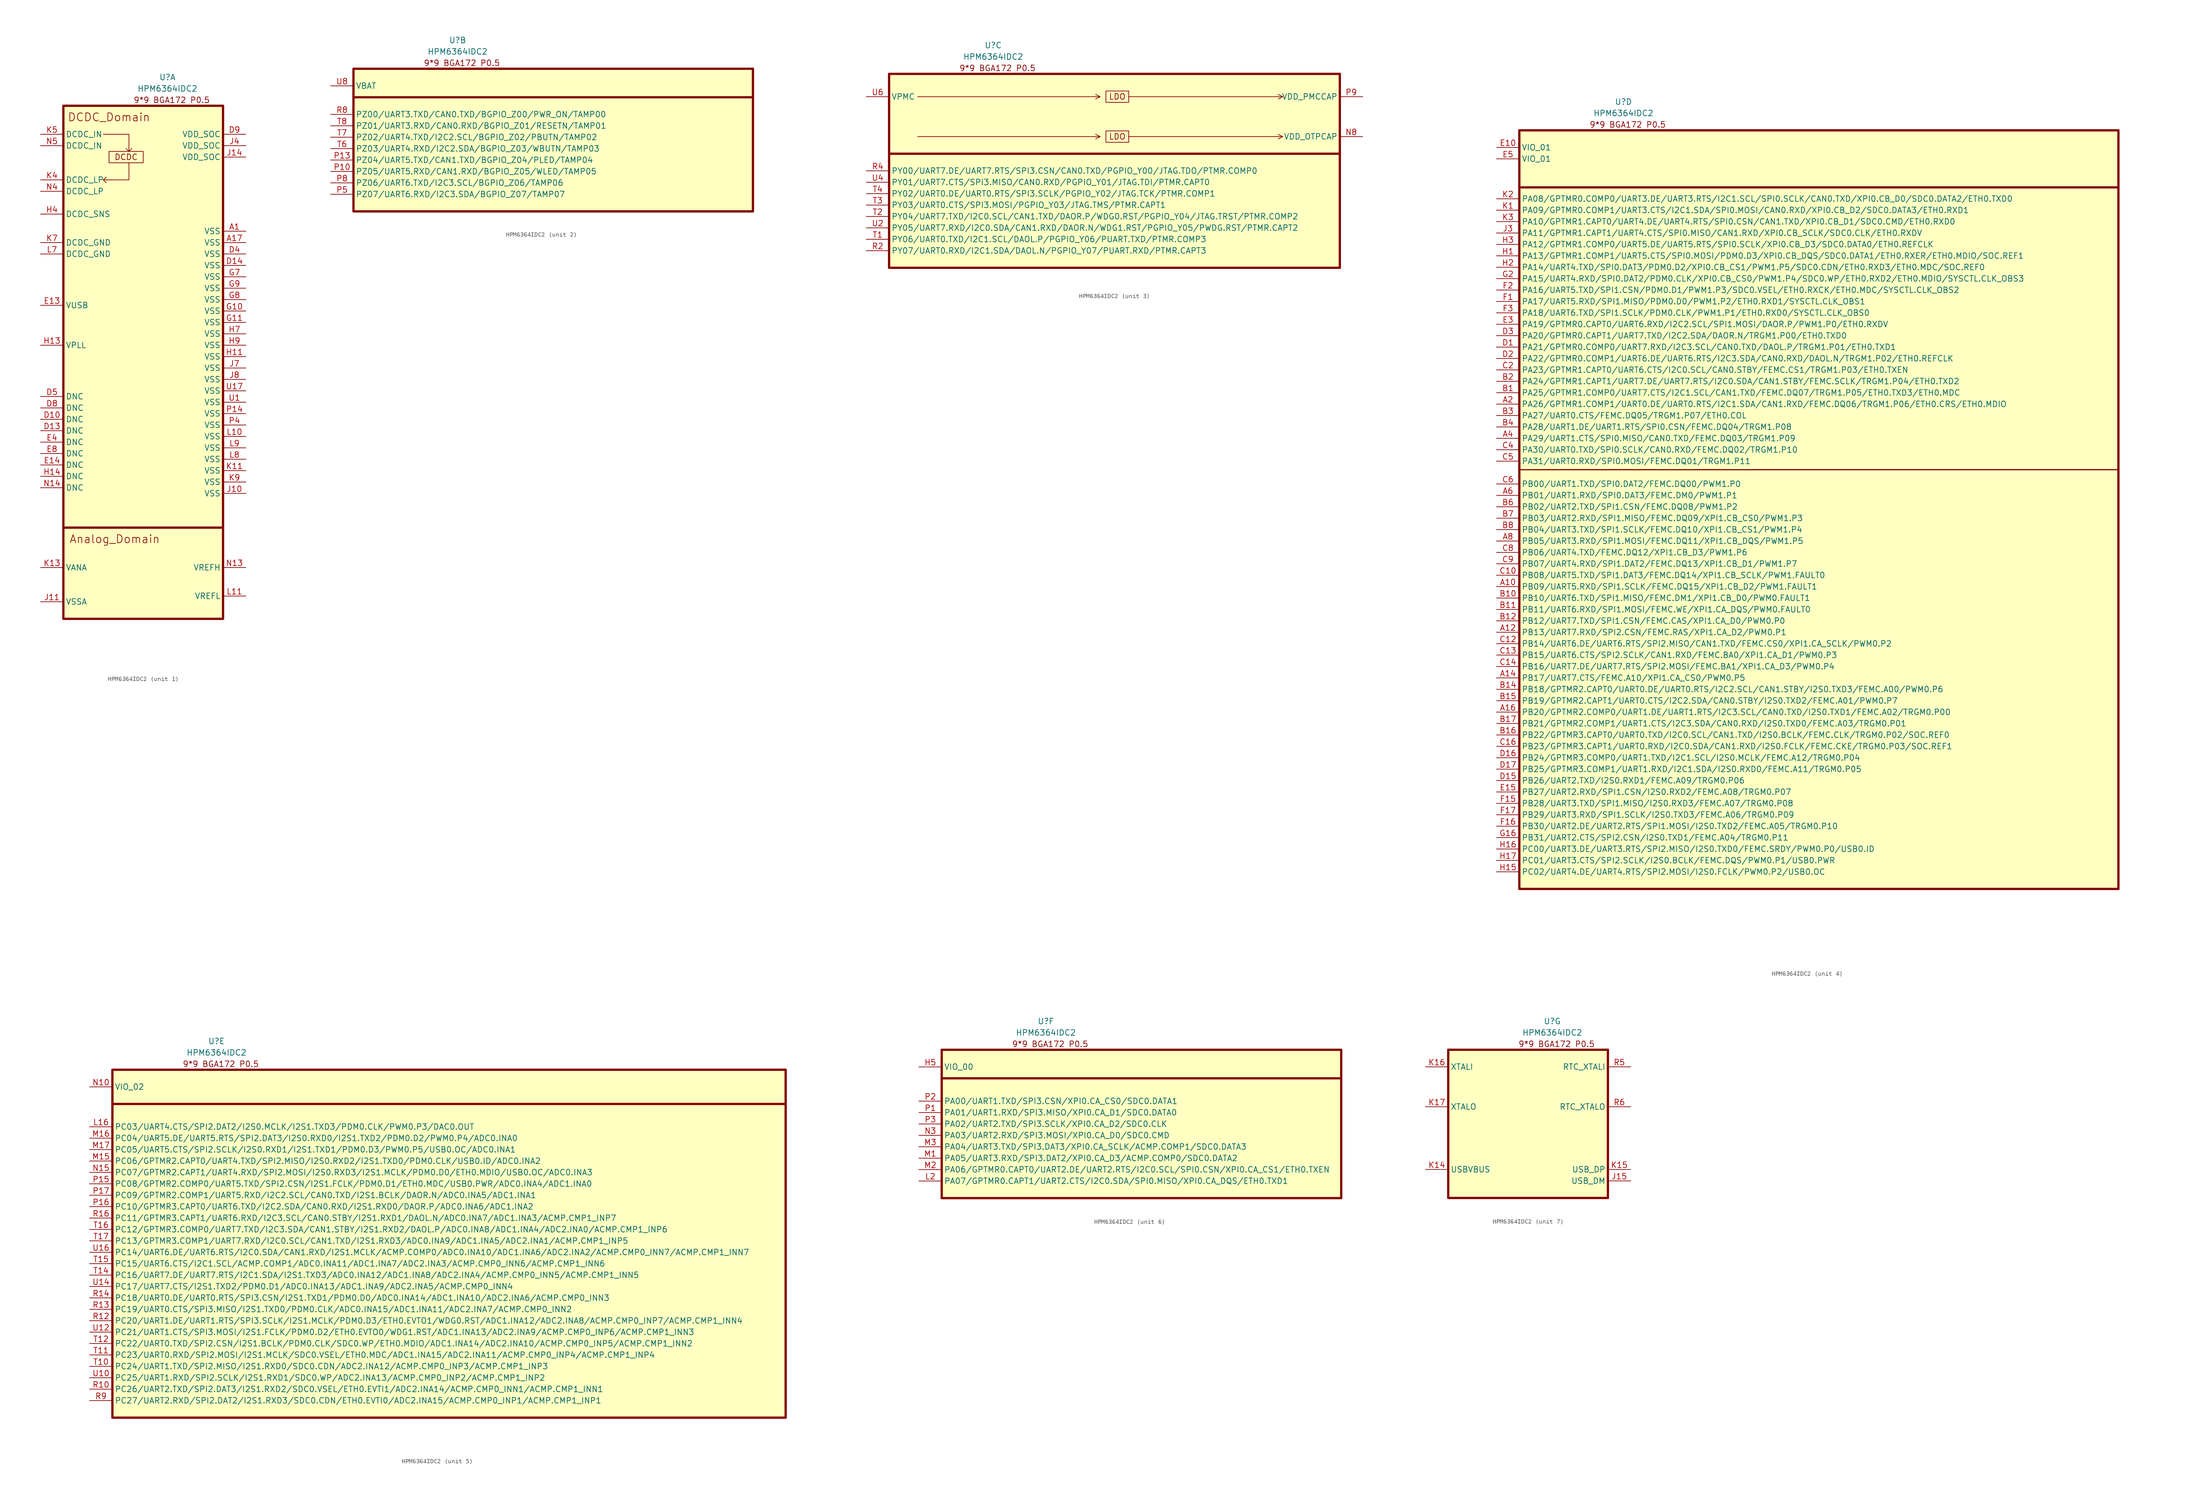
<source format=kicad_sym>
(kicad_symbol_lib
  (version 20220914)
  (generator kicad_symbol_editor)
  (symbol "HPM6364IDC2"
    (property "Reference" "U"
      (at 23.177 6.35 0)
      (effects (font (size 1.27 1.27))))
    (property "Value" "HPM6364IDC2"
      (at 23.177 3.81 0)
      (effects (font (size 1.27 1.27))))
    (property "ki_locked" ""
      (at 0 0 0)
      (effects (font (size 1.27 1.27))))
    (symbol "HPM6364IDC2_0_0"
      (text "9*9 BGA172 P0.5" (at 24.13 1.27 0) (effects (font (size 1.27 1.27)))))
    (symbol "HPM6364IDC2_1_1"
      (polyline (pts (xy 0 -93.98) (xy 35.56 -93.98)) (stroke (width 0.508) (type default)) (fill (type none)))
      (polyline (pts (xy 8.89 -6.35) (xy 14.605 -6.35) (xy 14.605 -10.16) (xy 13.97 -9.525) (xy 14.605 -10.16) (xy 15.24 -9.525)) (stroke (width 0) (type default)) (fill (type none)))
      (polyline (pts (xy 14.605 -12.7) (xy 14.605 -16.51) (xy 8.89 -16.51) (xy 9.525 -15.875) (xy 8.89 -16.51) (xy 9.525 -17.145)) (stroke (width 0) (type default)) (fill (type none)))
      (rectangle (start 0 0) (end 35.56 -114.3) (stroke (width 0.508) (type default)) (fill (type background)))
      (rectangle (start 10.16 -10.16) (end 17.78 -12.7) (stroke (width 0) (type default)) (fill (type none)))
      (text "Analog_Domain" (at 11.43 -96.52 0) (effects (font (size 1.778 1.778))))
      (text "DCDC" (at 13.97 -11.43 0) (effects (font (size 1.27 1.27))))
      (text "DCDC_Domain" (at 10.16 -2.54 0) (effects (font (size 1.778 1.778))))
      (pin power_out line (at 40.64 -27.94 180) (length 5.08) (name "VSS" (effects (font (size 1.27 1.27)))) (number "A1" (effects (font (size 1.27 1.27)))))
      (pin power_out line (at 40.64 -30.48 180) (length 5.08) (name "VSS" (effects (font (size 1.27 1.27)))) (number "A17" (effects (font (size 1.27 1.27)))))
      (pin bidirectional line (at -5.08 -69.85 0) (length 5.08) (name "DNC" (effects (font (size 1.27 1.27)))) (number "D10" (effects (font (size 1.27 1.27)))))
      (pin bidirectional line (at -5.08 -72.39 0) (length 5.08) (name "DNC" (effects (font (size 1.27 1.27)))) (number "D13" (effects (font (size 1.27 1.27)))))
      (pin power_out line (at 40.64 -35.56 180) (length 5.08) (name "VSS" (effects (font (size 1.27 1.27)))) (number "D14" (effects (font (size 1.27 1.27)))))
      (pin power_out line (at 40.64 -33.02 180) (length 5.08) (name "VSS" (effects (font (size 1.27 1.27)))) (number "D4" (effects (font (size 1.27 1.27)))))
      (pin bidirectional line (at -5.08 -64.77 0) (length 5.08) (name "DNC" (effects (font (size 1.27 1.27)))) (number "D5" (effects (font (size 1.27 1.27)))))
      (pin bidirectional line (at -5.08 -67.31 0) (length 5.08) (name "DNC" (effects (font (size 1.27 1.27)))) (number "D8" (effects (font (size 1.27 1.27)))))
      (pin power_in line (at 40.64 -6.35 180) (length 5.08) (name "VDD_SOC" (effects (font (size 1.27 1.27)))) (number "D9" (effects (font (size 1.27 1.27)))))
      (pin power_in line (at -5.08 -44.45 0) (length 5.08) (name "VUSB" (effects (font (size 1.27 1.27)))) (number "E13" (effects (font (size 1.27 1.27)))))
      (pin bidirectional line (at -5.08 -80.01 0) (length 5.08) (name "DNC" (effects (font (size 1.27 1.27)))) (number "E14" (effects (font (size 1.27 1.27)))))
      (pin bidirectional line (at -5.08 -74.93 0) (length 5.08) (name "DNC" (effects (font (size 1.27 1.27)))) (number "E4" (effects (font (size 1.27 1.27)))))
      (pin bidirectional line (at -5.08 -77.47 0) (length 5.08) (name "DNC" (effects (font (size 1.27 1.27)))) (number "E8" (effects (font (size 1.27 1.27)))))
      (pin power_out line (at 40.64 -45.72 180) (length 5.08) (name "VSS" (effects (font (size 1.27 1.27)))) (number "G10" (effects (font (size 1.27 1.27)))))
      (pin power_out line (at 40.64 -48.26 180) (length 5.08) (name "VSS" (effects (font (size 1.27 1.27)))) (number "G11" (effects (font (size 1.27 1.27)))))
      (pin power_out line (at 40.64 -38.1 180) (length 5.08) (name "VSS" (effects (font (size 1.27 1.27)))) (number "G7" (effects (font (size 1.27 1.27)))))
      (pin power_out line (at 40.64 -43.18 180) (length 5.08) (name "VSS" (effects (font (size 1.27 1.27)))) (number "G8" (effects (font (size 1.27 1.27)))))
      (pin power_out line (at 40.64 -40.64 180) (length 5.08) (name "VSS" (effects (font (size 1.27 1.27)))) (number "G9" (effects (font (size 1.27 1.27)))))
      (pin power_out line (at 40.64 -55.88 180) (length 5.08) (name "VSS" (effects (font (size 1.27 1.27)))) (number "H11" (effects (font (size 1.27 1.27)))))
      (pin power_in line (at -5.08 -53.34 0) (length 5.08) (name "VPLL" (effects (font (size 1.27 1.27)))) (number "H13" (effects (font (size 1.27 1.27)))))
      (pin bidirectional line (at -5.08 -82.55 0) (length 5.08) (name "DNC" (effects (font (size 1.27 1.27)))) (number "H14" (effects (font (size 1.27 1.27)))))
      (pin input line (at -5.08 -24.13 0) (length 5.08) (name "DCDC_SNS" (effects (font (size 1.27 1.27)))) (number "H4" (effects (font (size 1.27 1.27)))))
      (pin power_out line (at 40.64 -50.8 180) (length 5.08) (name "VSS" (effects (font (size 1.27 1.27)))) (number "H7" (effects (font (size 1.27 1.27)))))
      (pin power_out line (at 40.64 -53.34 180) (length 5.08) (name "VSS" (effects (font (size 1.27 1.27)))) (number "H9" (effects (font (size 1.27 1.27)))))
      (pin power_out line (at 40.64 -86.36 180) (length 5.08) (name "VSS" (effects (font (size 1.27 1.27)))) (number "J10" (effects (font (size 1.27 1.27)))))
      (pin power_in line (at -5.08 -110.49 0) (length 5.08) (name "VSSA" (effects (font (size 1.27 1.27)))) (number "J11" (effects (font (size 1.27 1.27)))))
      (pin power_in line (at 40.64 -11.43 180) (length 5.08) (name "VDD_SOC" (effects (font (size 1.27 1.27)))) (number "J14" (effects (font (size 1.27 1.27)))))
      (pin power_in line (at 40.64 -8.89 180) (length 5.08) (name "VDD_SOC" (effects (font (size 1.27 1.27)))) (number "J4" (effects (font (size 1.27 1.27)))))
      (pin power_out line (at 40.64 -58.42 180) (length 5.08) (name "VSS" (effects (font (size 1.27 1.27)))) (number "J7" (effects (font (size 1.27 1.27)))))
      (pin power_out line (at 40.64 -60.96 180) (length 5.08) (name "VSS" (effects (font (size 1.27 1.27)))) (number "J8" (effects (font (size 1.27 1.27)))))
      (pin power_out line (at 40.64 -81.28 180) (length 5.08) (name "VSS" (effects (font (size 1.27 1.27)))) (number "K11" (effects (font (size 1.27 1.27)))))
      (pin power_in line (at -5.08 -102.87 0) (length 5.08) (name "VANA" (effects (font (size 1.27 1.27)))) (number "K13" (effects (font (size 1.27 1.27)))))
      (pin power_out line (at -5.08 -16.51 0) (length 5.08) (name "DCDC_LP" (effects (font (size 1.27 1.27)))) (number "K4" (effects (font (size 1.27 1.27)))))
      (pin power_in line (at -5.08 -6.35 0) (length 5.08) (name "DCDC_IN" (effects (font (size 1.27 1.27)))) (number "K5" (effects (font (size 1.27 1.27)))))
      (pin power_out line (at -5.08 -30.48 0) (length 5.08) (name "DCDC_GND" (effects (font (size 1.27 1.27)))) (number "K7" (effects (font (size 1.27 1.27)))))
      (pin power_out line (at 40.64 -83.82 180) (length 5.08) (name "VSS" (effects (font (size 1.27 1.27)))) (number "K9" (effects (font (size 1.27 1.27)))))
      (pin power_out line (at 40.64 -73.66 180) (length 5.08) (name "VSS" (effects (font (size 1.27 1.27)))) (number "L10" (effects (font (size 1.27 1.27)))))
      (pin power_out line (at 40.64 -109.22 180) (length 5.08) (name "VREFL" (effects (font (size 1.27 1.27)))) (number "L11" (effects (font (size 1.27 1.27)))))
      (pin power_out line (at -5.08 -33.02 0) (length 5.08) (name "DCDC_GND" (effects (font (size 1.27 1.27)))) (number "L7" (effects (font (size 1.27 1.27)))))
      (pin power_out line (at 40.64 -78.74 180) (length 5.08) (name "VSS" (effects (font (size 1.27 1.27)))) (number "L8" (effects (font (size 1.27 1.27)))))
      (pin power_out line (at 40.64 -76.2 180) (length 5.08) (name "VSS" (effects (font (size 1.27 1.27)))) (number "L9" (effects (font (size 1.27 1.27)))))
      (pin power_in line (at 40.64 -102.87 180) (length 5.08) (name "VREFH" (effects (font (size 1.27 1.27)))) (number "N13" (effects (font (size 1.27 1.27)))))
      (pin bidirectional line (at -5.08 -85.09 0) (length 5.08) (name "DNC" (effects (font (size 1.27 1.27)))) (number "N14" (effects (font (size 1.27 1.27)))))
      (pin power_out line (at -5.08 -19.05 0) (length 5.08) (name "DCDC_LP" (effects (font (size 1.27 1.27)))) (number "N4" (effects (font (size 1.27 1.27)))))
      (pin power_in line (at -5.08 -8.89 0) (length 5.08) (name "DCDC_IN" (effects (font (size 1.27 1.27)))) (number "N5" (effects (font (size 1.27 1.27)))))
      (pin power_out line (at 40.64 -68.58 180) (length 5.08) (name "VSS" (effects (font (size 1.27 1.27)))) (number "P14" (effects (font (size 1.27 1.27)))))
      (pin power_out line (at 40.64 -71.12 180) (length 5.08) (name "VSS" (effects (font (size 1.27 1.27)))) (number "P4" (effects (font (size 1.27 1.27)))))
      (pin power_out line (at 40.64 -66.04 180) (length 5.08) (name "VSS" (effects (font (size 1.27 1.27)))) (number "U1" (effects (font (size 1.27 1.27)))))
      (pin power_out line (at 40.64 -63.5 180) (length 5.08) (name "VSS" (effects (font (size 1.27 1.27)))) (number "U17" (effects (font (size 1.27 1.27))))))
    (symbol "HPM6364IDC2_2_0"
      (polyline (pts (xy 0 -6.35) (xy 88.9 -6.35)) (stroke (width 0.5) (type default)) (fill (type none))))
    (symbol "HPM6364IDC2_2_1"
      (rectangle (start 0 0) (end 88.9 -31.75) (stroke (width 0.508) (type default)) (fill (type background)))
      (pin bidirectional line (at -5.08 -22.86 0) (length 5.08) (name "PZ05/UART5.RXD/CAN1.RXD/BGPIO_Z05/WLED/TAMP05" (effects (font (size 1.27 1.27)))) (number "P10" (effects (font (size 1.27 1.27)))))
      (pin bidirectional line (at -5.08 -20.32 0) (length 5.08) (name "PZ04/UART5.TXD/CAN1.TXD/BGPIO_Z04/PLED/TAMP04" (effects (font (size 1.27 1.27)))) (number "P13" (effects (font (size 1.27 1.27)))))
      (pin bidirectional line (at -5.08 -27.94 0) (length 5.08) (name "PZ07/UART6.RXD/I2C3.SDA/BGPIO_Z07/TAMP07" (effects (font (size 1.27 1.27)))) (number "P5" (effects (font (size 1.27 1.27)))))
      (pin bidirectional line (at -5.08 -25.4 0) (length 5.08) (name "PZ06/UART6.TXD/I2C3.SCL/BGPIO_Z06/TAMP06" (effects (font (size 1.27 1.27)))) (number "P8" (effects (font (size 1.27 1.27)))))
      (pin bidirectional line (at -5.08 -10.16 0) (length 5.08) (name "PZ00/UART3.TXD/CAN0.TXD/BGPIO_Z00/PWR_ON/TAMP00" (effects (font (size 1.27 1.27)))) (number "R8" (effects (font (size 1.27 1.27)))))
      (pin bidirectional line (at -5.08 -17.78 0) (length 5.08) (name "PZ03/UART4.RXD/I2C2.SDA/BGPIO_Z03/WBUTN/TAMP03" (effects (font (size 1.27 1.27)))) (number "T6" (effects (font (size 1.27 1.27)))))
      (pin bidirectional line (at -5.08 -15.24 0) (length 5.08) (name "PZ02/UART4.TXD/I2C2.SCL/BGPIO_Z02/PBUTN/TAMP02" (effects (font (size 1.27 1.27)))) (number "T7" (effects (font (size 1.27 1.27)))))
      (pin bidirectional line (at -5.08 -12.7 0) (length 5.08) (name "PZ01/UART3.RXD/CAN0.RXD/BGPIO_Z01/RESETN/TAMP01" (effects (font (size 1.27 1.27)))) (number "T8" (effects (font (size 1.27 1.27)))))
      (pin power_in line (at -5.08 -3.81 0) (length 5.08) (name "VBAT" (effects (font (size 1.27 1.27)))) (number "U8" (effects (font (size 1.27 1.27))))))
    (symbol "HPM6364IDC2_3_0"
      (polyline (pts (xy 6.35 -13.97) (xy 46.99 -13.97) (xy 45.974 -13.462) (xy 46.99 -13.97) (xy 45.974 -14.478)) (stroke (width 0) (type default)) (fill (type none)))
      (polyline (pts (xy 6.35 -5.08) (xy 46.99 -5.08) (xy 45.974 -4.572) (xy 46.99 -5.08) (xy 45.974 -5.588)) (stroke (width 0) (type default)) (fill (type none)))
      (polyline (pts (xy 53.34 -13.97) (xy 87.63 -13.97) (xy 86.614 -13.462) (xy 87.63 -13.97) (xy 86.614 -14.478)) (stroke (width 0) (type default)) (fill (type none)))
      (polyline (pts (xy 53.34 -5.08) (xy 87.63 -5.08) (xy 86.614 -4.572) (xy 87.63 -5.08) (xy 86.614 -5.588)) (stroke (width 0) (type default)) (fill (type none))))
    (symbol "HPM6364IDC2_3_1"
      (polyline (pts (xy 0 -17.78) (xy 100.33 -17.78)) (stroke (width 0.508) (type default)) (fill (type none)))
      (rectangle (start 0 0) (end 100.33 -43.18) (stroke (width 0.508) (type default)) (fill (type background)))
      (rectangle (start 48.26 -12.7) (end 53.34 -15.24) (stroke (width 0) (type default)) (fill (type none)))
      (rectangle (start 48.26 -3.81) (end 53.34 -6.35) (stroke (width 0) (type default)) (fill (type none)))
      (text "LDO" (at 50.8 -13.97 0) (effects (font (size 1.27 1.27))))
      (text "LDO" (at 50.8 -5.08 0) (effects (font (size 1.27 1.27))))
      (pin power_out line (at 105.41 -13.97 180) (length 5.08) (name "VDD_OTPCAP" (effects (font (size 1.27 1.27)))) (number "N8" (effects (font (size 1.27 1.27)))))
      (pin power_out line (at 105.41 -5.08 180) (length 5.08) (name "VDD_PMCCAP" (effects (font (size 1.27 1.27)))) (number "P9" (effects (font (size 1.27 1.27)))))
      (pin bidirectional line (at -5.08 -39.37 0) (length 5.08) (name "PY07/UART0.RXD/I2C1.SDA/DAOL.N/PGPIO_Y07/PUART.RXD/PTMR.CAPT3" (effects (font (size 1.27 1.27)))) (number "R2" (effects (font (size 1.27 1.27)))))
      (pin bidirectional line (at -5.08 -21.59 0) (length 5.08) (name "PY00/UART7.DE/UART7.RTS/SPI3.CSN/CAN0.TXD/PGPIO_Y00/JTAG.TDO/PTMR.COMP0" (effects (font (size 1.27 1.27)))) (number "R4" (effects (font (size 1.27 1.27)))))
      (pin bidirectional line (at -5.08 -36.83 0) (length 5.08) (name "PY06/UART0.TXD/I2C1.SCL/DAOL.P/PGPIO_Y06/PUART.TXD/PTMR.COMP3" (effects (font (size 1.27 1.27)))) (number "T1" (effects (font (size 1.27 1.27)))))
      (pin bidirectional line (at -5.08 -31.75 0) (length 5.08) (name "PY04/UART7.TXD/I2C0.SCL/CAN1.TXD/DAOR.P/WDG0.RST/PGPIO_Y04/JTAG.TRST/PTMR.COMP2" (effects (font (size 1.27 1.27)))) (number "T2" (effects (font (size 1.27 1.27)))))
      (pin bidirectional line (at -5.08 -29.21 0) (length 5.08) (name "PY03/UART0.CTS/SPI3.MOSI/PGPIO_Y03/JTAG.TMS/PTMR.CAPT1" (effects (font (size 1.27 1.27)))) (number "T3" (effects (font (size 1.27 1.27)))))
      (pin bidirectional line (at -5.08 -26.67 0) (length 5.08) (name "PY02/UART0.DE/UART0.RTS/SPI3.SCLK/PGPIO_Y02/JTAG.TCK/PTMR.COMP1" (effects (font (size 1.27 1.27)))) (number "T4" (effects (font (size 1.27 1.27)))))
      (pin bidirectional line (at -5.08 -34.29 0) (length 5.08) (name "PY05/UART7.RXD/I2C0.SDA/CAN1.RXD/DAOR.N/WDG1.RST/PGPIO_Y05/PWDG.RST/PTMR.CAPT2" (effects (font (size 1.27 1.27)))) (number "U2" (effects (font (size 1.27 1.27)))))
      (pin bidirectional line (at -5.08 -24.13 0) (length 5.08) (name "PY01/UART7.CTS/SPI3.MISO/CAN0.RXD/PGPIO_Y01/JTAG.TDI/PTMR.CAPT0" (effects (font (size 1.27 1.27)))) (number "U4" (effects (font (size 1.27 1.27)))))
      (pin power_in line (at -5.08 -5.08 0) (length 5.08) (name "VPMC" (effects (font (size 1.27 1.27)))) (number "U6" (effects (font (size 1.27 1.27))))))
    (symbol "HPM6364IDC2_4_0"
      (polyline (pts (xy 0 -12.7) (xy 133.35 -12.7)) (stroke (width 0.5) (type default)) (fill (type none))))
    (symbol "HPM6364IDC2_4_1"
      (polyline (pts (xy 0 -75.565) (xy 133.35 -75.565)) (stroke (width 0.254) (type default)) (fill (type none)))
      (rectangle (start 0 0) (end 133.35 -168.91) (stroke (width 0.508) (type default)) (fill (type background)))
      (pin bidirectional line (at -5.08 -101.6 0) (length 5.08) (name "PB09/UART5.RXD/SPI1.SCLK/FEMC.DQ15/XPI1.CB_D2/PWM1.FAULT1" (effects (font (size 1.27 1.27)))) (number "A10" (effects (font (size 1.27 1.27)))))
      (pin bidirectional line (at -5.08 -111.76 0) (length 5.08) (name "PB13/UART7.RXD/SPI2.CSN/FEMC.RAS/XPI1.CA_D2/PWM0.P1" (effects (font (size 1.27 1.27)))) (number "A12" (effects (font (size 1.27 1.27)))))
      (pin bidirectional line (at -5.08 -121.92 0) (length 5.08) (name "PB17/UART7.CTS/FEMC.A10/XPI1.CA_CS0/PWM0.P5" (effects (font (size 1.27 1.27)))) (number "A14" (effects (font (size 1.27 1.27)))))
      (pin bidirectional line (at -5.08 -129.54 0) (length 5.08) (name "PB20/GPTMR2.COMP0/UART1.DE/UART1.RTS/I2C3.SCL/CAN0.TXD/I2S0.TXD1/FEMC.A02/TRGM0.P00" (effects (font (size 1.27 1.27)))) (number "A16" (effects (font (size 1.27 1.27)))))
      (pin bidirectional line (at -5.08 -60.96 0) (length 5.08) (name "PA26/GPTMR1.COMP1/UART0.DE/UART0.RTS/I2C1.SDA/CAN1.RXD/FEMC.DQ06/TRGM1.P06/ETH0.CRS/ETH0.MDIO" (effects (font (size 1.27 1.27)))) (number "A2" (effects (font (size 1.27 1.27)))))
      (pin bidirectional line (at -5.08 -68.58 0) (length 5.08) (name "PA29/UART1.CTS/SPI0.MISO/CAN0.TXD/FEMC.DQ03/TRGM1.P09" (effects (font (size 1.27 1.27)))) (number "A4" (effects (font (size 1.27 1.27)))))
      (pin bidirectional line (at -5.08 -81.28 0) (length 5.08) (name "PB01/UART1.RXD/SPI0.DAT3/FEMC.DM0/PWM1.P1" (effects (font (size 1.27 1.27)))) (number "A6" (effects (font (size 1.27 1.27)))))
      (pin bidirectional line (at -5.08 -91.44 0) (length 5.08) (name "PB05/UART3.RXD/SPI1.MOSI/FEMC.DQ11/XPI1.CB_DQS/PWM1.P5" (effects (font (size 1.27 1.27)))) (number "A8" (effects (font (size 1.27 1.27)))))
      (pin bidirectional line (at -5.08 -58.42 0) (length 5.08) (name "PA25/GPTMR1.COMP0/UART7.CTS/I2C1.SCL/CAN1.TXD/FEMC.DQ07/TRGM1.P05/ETH0.TXD3/ETH0.MDC" (effects (font (size 1.27 1.27)))) (number "B1" (effects (font (size 1.27 1.27)))))
      (pin bidirectional line (at -5.08 -104.14 0) (length 5.08) (name "PB10/UART6.TXD/SPI1.MISO/FEMC.DM1/XPI1.CB_D0/PWM0.FAULT1" (effects (font (size 1.27 1.27)))) (number "B10" (effects (font (size 1.27 1.27)))))
      (pin bidirectional line (at -5.08 -106.68 0) (length 5.08) (name "PB11/UART6.RXD/SPI1.MOSI/FEMC.WE/XPI1.CA_DQS/PWM0.FAULT0" (effects (font (size 1.27 1.27)))) (number "B11" (effects (font (size 1.27 1.27)))))
      (pin bidirectional line (at -5.08 -109.22 0) (length 5.08) (name "PB12/UART7.TXD/SPI1.CSN/FEMC.CAS/XPI1.CA_D0/PWM0.P0" (effects (font (size 1.27 1.27)))) (number "B12" (effects (font (size 1.27 1.27)))))
      (pin bidirectional line (at -5.08 -124.46 0) (length 5.08) (name "PB18/GPTMR2.CAPT0/UART0.DE/UART0.RTS/I2C2.SCL/CAN1.STBY/I2S0.TXD3/FEMC.A00/PWM0.P6" (effects (font (size 1.27 1.27)))) (number "B14" (effects (font (size 1.27 1.27)))))
      (pin bidirectional line (at -5.08 -127 0) (length 5.08) (name "PB19/GPTMR2.CAPT1/UART0.CTS/I2C2.SDA/CAN0.STBY/I2S0.TXD2/FEMC.A01/PWM0.P7" (effects (font (size 1.27 1.27)))) (number "B15" (effects (font (size 1.27 1.27)))))
      (pin bidirectional line (at -5.08 -134.62 0) (length 5.08) (name "PB22/GPTMR3.CAPT0/UART0.TXD/I2C0.SCL/CAN1.TXD/I2S0.BCLK/FEMC.CLK/TRGM0.P02/SOC.REF0" (effects (font (size 1.27 1.27)))) (number "B16" (effects (font (size 1.27 1.27)))))
      (pin bidirectional line (at -5.08 -132.08 0) (length 5.08) (name "PB21/GPTMR2.COMP1/UART1.CTS/I2C3.SDA/CAN0.RXD/I2S0.TXD0/FEMC.A03/TRGM0.P01" (effects (font (size 1.27 1.27)))) (number "B17" (effects (font (size 1.27 1.27)))))
      (pin bidirectional line (at -5.08 -55.88 0) (length 5.08) (name "PA24/GPTMR1.CAPT1/UART7.DE/UART7.RTS/I2C0.SDA/CAN1.STBY/FEMC.SCLK/TRGM1.P04/ETH0.TXD2" (effects (font (size 1.27 1.27)))) (number "B2" (effects (font (size 1.27 1.27)))))
      (pin bidirectional line (at -5.08 -63.5 0) (length 5.08) (name "PA27/UART0.CTS/FEMC.DQ05/TRGM1.P07/ETH0.COL" (effects (font (size 1.27 1.27)))) (number "B3" (effects (font (size 1.27 1.27)))))
      (pin bidirectional line (at -5.08 -66.04 0) (length 5.08) (name "PA28/UART1.DE/UART1.RTS/SPI0.CSN/FEMC.DQ04/TRGM1.P08" (effects (font (size 1.27 1.27)))) (number "B4" (effects (font (size 1.27 1.27)))))
      (pin bidirectional line (at -5.08 -83.82 0) (length 5.08) (name "PB02/UART2.TXD/SPI1.CSN/FEMC.DQ08/PWM1.P2" (effects (font (size 1.27 1.27)))) (number "B6" (effects (font (size 1.27 1.27)))))
      (pin bidirectional line (at -5.08 -86.36 0) (length 5.08) (name "PB03/UART2.RXD/SPI1.MISO/FEMC.DQ09/XPI1.CB_CS0/PWM1.P3" (effects (font (size 1.27 1.27)))) (number "B7" (effects (font (size 1.27 1.27)))))
      (pin bidirectional line (at -5.08 -88.9 0) (length 5.08) (name "PB04/UART3.TXD/SPI1.SCLK/FEMC.DQ10/XPI1.CB_CS1/PWM1.P4" (effects (font (size 1.27 1.27)))) (number "B8" (effects (font (size 1.27 1.27)))))
      (pin bidirectional line (at -5.08 -99.06 0) (length 5.08) (name "PB08/UART5.TXD/SPI1.DAT3/FEMC.DQ14/XPI1.CB_SCLK/PWM1.FAULT0" (effects (font (size 1.27 1.27)))) (number "C10" (effects (font (size 1.27 1.27)))))
      (pin bidirectional line (at -5.08 -114.3 0) (length 5.08) (name "PB14/UART6.DE/UART6.RTS/SPI2.MISO/CAN1.TXD/FEMC.CS0/XPI1.CA_SCLK/PWM0.P2" (effects (font (size 1.27 1.27)))) (number "C12" (effects (font (size 1.27 1.27)))))
      (pin bidirectional line (at -5.08 -116.84 0) (length 5.08) (name "PB15/UART6.CTS/SPI2.SCLK/CAN1.RXD/FEMC.BA0/XPI1.CA_D1/PWM0.P3" (effects (font (size 1.27 1.27)))) (number "C13" (effects (font (size 1.27 1.27)))))
      (pin bidirectional line (at -5.08 -119.38 0) (length 5.08) (name "PB16/UART7.DE/UART7.RTS/SPI2.MOSI/FEMC.BA1/XPI1.CA_D3/PWM0.P4" (effects (font (size 1.27 1.27)))) (number "C14" (effects (font (size 1.27 1.27)))))
      (pin bidirectional line (at -5.08 -137.16 0) (length 5.08) (name "PB23/GPTMR3.CAPT1/UART0.RXD/I2C0.SDA/CAN1.RXD/I2S0.FCLK/FEMC.CKE/TRGM0.P03/SOC.REF1" (effects (font (size 1.27 1.27)))) (number "C16" (effects (font (size 1.27 1.27)))))
      (pin bidirectional line (at -5.08 -53.34 0) (length 5.08) (name "PA23/GPTMR1.CAPT0/UART6.CTS/I2C0.SCL/CAN0.STBY/FEMC.CS1/TRGM1.P03/ETH0.TXEN" (effects (font (size 1.27 1.27)))) (number "C2" (effects (font (size 1.27 1.27)))))
      (pin bidirectional line (at -5.08 -71.12 0) (length 5.08) (name "PA30/UART0.TXD/SPI0.SCLK/CAN0.RXD/FEMC.DQ02/TRGM1.P10" (effects (font (size 1.27 1.27)))) (number "C4" (effects (font (size 1.27 1.27)))))
      (pin bidirectional line (at -5.08 -73.66 0) (length 5.08) (name "PA31/UART0.RXD/SPI0.MOSI/FEMC.DQ01/TRGM1.P11" (effects (font (size 1.27 1.27)))) (number "C5" (effects (font (size 1.27 1.27)))))
      (pin bidirectional line (at -5.08 -78.74 0) (length 5.08) (name "PB00/UART1.TXD/SPI0.DAT2/FEMC.DQ00/PWM1.P0" (effects (font (size 1.27 1.27)))) (number "C6" (effects (font (size 1.27 1.27)))))
      (pin bidirectional line (at -5.08 -93.98 0) (length 5.08) (name "PB06/UART4.TXD/FEMC.DQ12/XPI1.CB_D3/PWM1.P6" (effects (font (size 1.27 1.27)))) (number "C8" (effects (font (size 1.27 1.27)))))
      (pin bidirectional line (at -5.08 -96.52 0) (length 5.08) (name "PB07/UART4.RXD/SPI1.DAT2/FEMC.DQ13/XPI1.CB_D1/PWM1.P7" (effects (font (size 1.27 1.27)))) (number "C9" (effects (font (size 1.27 1.27)))))
      (pin bidirectional line (at -5.08 -48.26 0) (length 5.08) (name "PA21/GPTMR0.COMP0/UART7.RXD/I2C3.SCL/CAN0.TXD/DAOL.P/TRGM1.P01/ETH0.TXD1" (effects (font (size 1.27 1.27)))) (number "D1" (effects (font (size 1.27 1.27)))))
      (pin bidirectional line (at -5.08 -144.78 0) (length 5.08) (name "PB26/UART2.TXD/I2S0.RXD1/FEMC.A09/TRGM0.P06" (effects (font (size 1.27 1.27)))) (number "D15" (effects (font (size 1.27 1.27)))))
      (pin bidirectional line (at -5.08 -139.7 0) (length 5.08) (name "PB24/GPTMR3.COMP0/UART1.TXD/I2C1.SCL/I2S0.MCLK/FEMC.A12/TRGM0.P04" (effects (font (size 1.27 1.27)))) (number "D16" (effects (font (size 1.27 1.27)))))
      (pin bidirectional line (at -5.08 -142.24 0) (length 5.08) (name "PB25/GPTMR3.COMP1/UART1.RXD/I2C1.SDA/I2S0.RXD0/FEMC.A11/TRGM0.P05" (effects (font (size 1.27 1.27)))) (number "D17" (effects (font (size 1.27 1.27)))))
      (pin bidirectional line (at -5.08 -50.8 0) (length 5.08) (name "PA22/GPTMR0.COMP1/UART6.DE/UART6.RTS/I2C3.SDA/CAN0.RXD/DAOL.N/TRGM1.P02/ETH0.REFCLK" (effects (font (size 1.27 1.27)))) (number "D2" (effects (font (size 1.27 1.27)))))
      (pin bidirectional line (at -5.08 -45.72 0) (length 5.08) (name "PA20/GPTMR0.CAPT1/UART7.TXD/I2C2.SDA/DAOR.N/TRGM1.P00/ETH0.TXD0" (effects (font (size 1.27 1.27)))) (number "D3" (effects (font (size 1.27 1.27)))))
      (pin power_in line (at -5.08 -3.81 0) (length 5.08) (name "VIO_01" (effects (font (size 1.27 1.27)))) (number "E10" (effects (font (size 1.27 1.27)))))
      (pin bidirectional line (at -5.08 -147.32 0) (length 5.08) (name "PB27/UART2.RXD/SPI1.CSN/I2S0.RXD2/FEMC.A08/TRGM0.P07" (effects (font (size 1.27 1.27)))) (number "E15" (effects (font (size 1.27 1.27)))))
      (pin bidirectional line (at -5.08 -43.18 0) (length 5.08) (name "PA19/GPTMR0.CAPT0/UART6.RXD/I2C2.SCL/SPI1.MOSI/DAOR.P/PWM1.P0/ETH0.RXDV" (effects (font (size 1.27 1.27)))) (number "E3" (effects (font (size 1.27 1.27)))))
      (pin power_in line (at -5.08 -6.35 0) (length 5.08) (name "VIO_01" (effects (font (size 1.27 1.27)))) (number "E5" (effects (font (size 1.27 1.27)))))
      (pin bidirectional line (at -5.08 -38.1 0) (length 5.08) (name "PA17/UART5.RXD/SPI1.MISO/PDM0.D0/PWM1.P2/ETH0.RXD1/SYSCTL.CLK_OBS1" (effects (font (size 1.27 1.27)))) (number "F1" (effects (font (size 1.27 1.27)))))
      (pin bidirectional line (at -5.08 -149.86 0) (length 5.08) (name "PB28/UART3.TXD/SPI1.MISO/I2S0.RXD3/FEMC.A07/TRGM0.P08" (effects (font (size 1.27 1.27)))) (number "F15" (effects (font (size 1.27 1.27)))))
      (pin bidirectional line (at -5.08 -154.94 0) (length 5.08) (name "PB30/UART2.DE/UART2.RTS/SPI1.MOSI/I2S0.TXD2/FEMC.A05/TRGM0.P10" (effects (font (size 1.27 1.27)))) (number "F16" (effects (font (size 1.27 1.27)))))
      (pin bidirectional line (at -5.08 -152.4 0) (length 5.08) (name "PB29/UART3.RXD/SPI1.SCLK/I2S0.TXD3/FEMC.A06/TRGM0.P09" (effects (font (size 1.27 1.27)))) (number "F17" (effects (font (size 1.27 1.27)))))
      (pin bidirectional line (at -5.08 -35.56 0) (length 5.08) (name "PA16/UART5.TXD/SPI1.CSN/PDM0.D1/PWM1.P3/SDC0.VSEL/ETH0.RXCK/ETH0.MDC/SYSCTL.CLK_OBS2" (effects (font (size 1.27 1.27)))) (number "F2" (effects (font (size 1.27 1.27)))))
      (pin bidirectional line (at -5.08 -40.64 0) (length 5.08) (name "PA18/UART6.TXD/SPI1.SCLK/PDM0.CLK/PWM1.P1/ETH0.RXD0/SYSCTL.CLK_OBS0" (effects (font (size 1.27 1.27)))) (number "F3" (effects (font (size 1.27 1.27)))))
      (pin bidirectional line (at -5.08 -157.48 0) (length 5.08) (name "PB31/UART2.CTS/SPI2.CSN/I2S0.TXD1/FEMC.A04/TRGM0.P11" (effects (font (size 1.27 1.27)))) (number "G16" (effects (font (size 1.27 1.27)))))
      (pin bidirectional line (at -5.08 -33.02 0) (length 5.08) (name "PA15/UART4.RXD/SPI0.DAT2/PDM0.CLK/XPI0.CB_CS0/PWM1.P4/SDC0.WP/ETH0.RXD2/ETH0.MDIO/SYSCTL.CLK_OBS3" (effects (font (size 1.27 1.27)))) (number "G2" (effects (font (size 1.27 1.27)))))
      (pin bidirectional line (at -5.08 -27.94 0) (length 5.08) (name "PA13/GPTMR1.COMP1/UART5.CTS/SPI0.MOSI/PDM0.D3/XPI0.CB_DQS/SDC0.DATA1/ETH0.RXER/ETH0.MDIO/SOC.REF1" (effects (font (size 1.27 1.27)))) (number "H1" (effects (font (size 1.27 1.27)))))
      (pin bidirectional line (at -5.08 -165.1 0) (length 5.08) (name "PC02/UART4.DE/UART4.RTS/SPI2.MOSI/I2S0.FCLK/PWM0.P2/USB0.OC" (effects (font (size 1.27 1.27)))) (number "H15" (effects (font (size 1.27 1.27)))))
      (pin bidirectional line (at -5.08 -160.02 0) (length 5.08) (name "PC00/UART3.DE/UART3.RTS/SPI2.MISO/I2S0.TXD0/FEMC.SRDY/PWM0.P0/USB0.ID" (effects (font (size 1.27 1.27)))) (number "H16" (effects (font (size 1.27 1.27)))))
      (pin bidirectional line (at -5.08 -162.56 0) (length 5.08) (name "PC01/UART3.CTS/SPI2.SCLK/I2S0.BCLK/FEMC.DQS/PWM0.P1/USB0.PWR" (effects (font (size 1.27 1.27)))) (number "H17" (effects (font (size 1.27 1.27)))))
      (pin bidirectional line (at -5.08 -30.48 0) (length 5.08) (name "PA14/UART4.TXD/SPI0.DAT3/PDM0.D2/XPI0.CB_CS1/PWM1.P5/SDC0.CDN/ETH0.RXD3/ETH0.MDC/SOC.REF0" (effects (font (size 1.27 1.27)))) (number "H2" (effects (font (size 1.27 1.27)))))
      (pin bidirectional line (at -5.08 -25.4 0) (length 5.08) (name "PA12/GPTMR1.COMP0/UART5.DE/UART5.RTS/SPI0.SCLK/XPI0.CB_D3/SDC0.DATA0/ETH0.REFCLK" (effects (font (size 1.27 1.27)))) (number "H3" (effects (font (size 1.27 1.27)))))
      (pin bidirectional line (at -5.08 -22.86 0) (length 5.08) (name "PA11/GPTMR1.CAPT1/UART4.CTS/SPI0.MISO/CAN1.RXD/XPI0.CB_SCLK/SDC0.CLK/ETH0.RXDV" (effects (font (size 1.27 1.27)))) (number "J3" (effects (font (size 1.27 1.27)))))
      (pin bidirectional line (at -5.08 -17.78 0) (length 5.08) (name "PA09/GPTMR0.COMP1/UART3.CTS/I2C1.SDA/SPI0.MOSI/CAN0.RXD/XPI0.CB_D2/SDC0.DATA3/ETH0.RXD1" (effects (font (size 1.27 1.27)))) (number "K1" (effects (font (size 1.27 1.27)))))
      (pin bidirectional line (at -5.08 -15.24 0) (length 5.08) (name "PA08/GPTMR0.COMP0/UART3.DE/UART3.RTS/I2C1.SCL/SPI0.SCLK/CAN0.TXD/XPI0.CB_D0/SDC0.DATA2/ETH0.TXD0" (effects (font (size 1.27 1.27)))) (number "K2" (effects (font (size 1.27 1.27)))))
      (pin bidirectional line (at -5.08 -20.32 0) (length 5.08) (name "PA10/GPTMR1.CAPT0/UART4.DE/UART4.RTS/SPI0.CSN/CAN1.TXD/XPI0.CB_D1/SDC0.CMD/ETH0.RXD0" (effects (font (size 1.27 1.27)))) (number "K3" (effects (font (size 1.27 1.27))))))
    (symbol "HPM6364IDC2_5_0"
      (polyline (pts (xy 0 -7.62) (xy 149.86 -7.62)) (stroke (width 0.5) (type default)) (fill (type none))))
    (symbol "HPM6364IDC2_5_1"
      (rectangle (start 0 0) (end 149.86 -77.47) (stroke (width 0.508) (type default)) (fill (type background)))
      (pin bidirectional line (at -5.08 -12.7 0) (length 5.08) (name "PC03/UART4.CTS/SPI2.DAT2/I2S0.MCLK/I2S1.TXD3/PDM0.CLK/PWM0.P3/DAC0.OUT" (effects (font (size 1.27 1.27)))) (number "L16" (effects (font (size 1.27 1.27)))))
      (pin bidirectional line (at -5.08 -20.32 0) (length 5.08) (name "PC06/GPTMR2.CAPT0/UART4.TXD/SPI2.MISO/I2S0.RXD2/I2S1.TXD0/PDM0.CLK/USB0.ID/ADC0.INA2" (effects (font (size 1.27 1.27)))) (number "M15" (effects (font (size 1.27 1.27)))))
      (pin bidirectional line (at -5.08 -15.24 0) (length 5.08) (name "PC04/UART5.DE/UART5.RTS/SPI2.DAT3/I2S0.RXD0/I2S1.TXD2/PDM0.D2/PWM0.P4/ADC0.INA0" (effects (font (size 1.27 1.27)))) (number "M16" (effects (font (size 1.27 1.27)))))
      (pin bidirectional line (at -5.08 -17.78 0) (length 5.08) (name "PC05/UART5.CTS/SPI2.SCLK/I2S0.RXD1/I2S1.TXD1/PDM0.D3/PWM0.P5/USB0.OC/ADC0.INA1" (effects (font (size 1.27 1.27)))) (number "M17" (effects (font (size 1.27 1.27)))))
      (pin power_in line (at -5.08 -3.81 0) (length 5.08) (name "VIO_02" (effects (font (size 1.27 1.27)))) (number "N10" (effects (font (size 1.27 1.27)))))
      (pin bidirectional line (at -5.08 -22.86 0) (length 5.08) (name "PC07/GPTMR2.CAPT1/UART4.RXD/SPI2.MOSI/I2S0.RXD3/I2S1.MCLK/PDM0.D0/ETH0.MDIO/USB0.OC/ADC0.INA3" (effects (font (size 1.27 1.27)))) (number "N15" (effects (font (size 1.27 1.27)))))
      (pin bidirectional line (at -5.08 -25.4 0) (length 5.08) (name "PC08/GPTMR2.COMP0/UART5.TXD/SPI2.CSN/I2S1.FCLK/PDM0.D1/ETH0.MDC/USB0.PWR/ADC0.INA4/ADC1.INA0" (effects (font (size 1.27 1.27)))) (number "P15" (effects (font (size 1.27 1.27)))))
      (pin bidirectional line (at -5.08 -30.48 0) (length 5.08) (name "PC10/GPTMR3.CAPT0/UART6.TXD/I2C2.SDA/CAN0.RXD/I2S1.RXD0/DAOR.P/ADC0.INA6/ADC1.INA2" (effects (font (size 1.27 1.27)))) (number "P16" (effects (font (size 1.27 1.27)))))
      (pin bidirectional line (at -5.08 -27.94 0) (length 5.08) (name "PC09/GPTMR2.COMP1/UART5.RXD/I2C2.SCL/CAN0.TXD/I2S1.BCLK/DAOR.N/ADC0.INA5/ADC1.INA1" (effects (font (size 1.27 1.27)))) (number "P17" (effects (font (size 1.27 1.27)))))
      (pin bidirectional line (at -5.08 -71.12 0) (length 5.08) (name "PC26/UART2.TXD/SPI2.DAT3/I2S1.RXD2/SDC0.VSEL/ETH0.EVTI1/ADC2.INA14/ACMP.CMP0_INN1/ACMP.CMP1_INN1" (effects (font (size 1.27 1.27)))) (number "R10" (effects (font (size 1.27 1.27)))))
      (pin bidirectional line (at -5.08 -55.88 0) (length 5.08) (name "PC20/UART1.DE/UART1.RTS/SPI3.SCLK/I2S1.MCLK/PDM0.D3/ETH0.EVTO1/WDG0.RST/ADC1.INA12/ADC2.INA8/ACMP.CMP0_INP7/ACMP.CMP1_INN4" (effects (font (size 1.27 1.27)))) (number "R12" (effects (font (size 1.27 1.27)))))
      (pin bidirectional line (at -5.08 -53.34 0) (length 5.08) (name "PC19/UART0.CTS/SPI3.MISO/I2S1.TXD0/PDM0.CLK/ADC0.INA15/ADC1.INA11/ADC2.INA7/ACMP.CMP0_INN2" (effects (font (size 1.27 1.27)))) (number "R13" (effects (font (size 1.27 1.27)))))
      (pin bidirectional line (at -5.08 -50.8 0) (length 5.08) (name "PC18/UART0.DE/UART0.RTS/SPI3.CSN/I2S1.TXD1/PDM0.D0/ADC0.INA14/ADC1.INA10/ADC2.INA6/ACMP.CMP0_INN3" (effects (font (size 1.27 1.27)))) (number "R14" (effects (font (size 1.27 1.27)))))
      (pin bidirectional line (at -5.08 -33.02 0) (length 5.08) (name "PC11/GPTMR3.CAPT1/UART6.RXD/I2C3.SCL/CAN0.STBY/I2S1.RXD1/DAOL.N/ADC0.INA7/ADC1.INA3/ACMP.CMP1_INP7" (effects (font (size 1.27 1.27)))) (number "R16" (effects (font (size 1.27 1.27)))))
      (pin bidirectional line (at -5.08 -73.66 0) (length 5.08) (name "PC27/UART2.RXD/SPI2.DAT2/I2S1.RXD3/SDC0.CDN/ETH0.EVTI0/ADC2.INA15/ACMP.CMP0_INP1/ACMP.CMP1_INP1" (effects (font (size 1.27 1.27)))) (number "R9" (effects (font (size 1.27 1.27)))))
      (pin bidirectional line (at -5.08 -66.04 0) (length 5.08) (name "PC24/UART1.TXD/SPI2.MISO/I2S1.RXD0/SDC0.CDN/ADC2.INA12/ACMP.CMP0_INP3/ACMP.CMP1_INP3" (effects (font (size 1.27 1.27)))) (number "T10" (effects (font (size 1.27 1.27)))))
      (pin bidirectional line (at -5.08 -63.5 0) (length 5.08) (name "PC23/UART0.RXD/SPI2.MOSI/I2S1.MCLK/SDC0.VSEL/ETH0.MDC/ADC1.INA15/ADC2.INA11/ACMP.CMP0_INP4/ACMP.CMP1_INP4" (effects (font (size 1.27 1.27)))) (number "T11" (effects (font (size 1.27 1.27)))))
      (pin bidirectional line (at -5.08 -60.96 0) (length 5.08) (name "PC22/UART0.TXD/SPI2.CSN/I2S1.BCLK/PDM0.CLK/SDC0.WP/ETH0.MDIO/ADC1.INA14/ADC2.INA10/ACMP.CMP0_INP5/ACMP.CMP1_INN2" (effects (font (size 1.27 1.27)))) (number "T12" (effects (font (size 1.27 1.27)))))
      (pin bidirectional line (at -5.08 -45.72 0) (length 5.08) (name "PC16/UART7.DE/UART7.RTS/I2C1.SDA/I2S1.TXD3/ADC0.INA12/ADC1.INA8/ADC2.INA4/ACMP.CMP0_INN5/ACMP.CMP1_INN5" (effects (font (size 1.27 1.27)))) (number "T14" (effects (font (size 1.27 1.27)))))
      (pin bidirectional line (at -5.08 -43.18 0) (length 5.08) (name "PC15/UART6.CTS/I2C1.SCL/ACMP.COMP1/ADC0.INA11/ADC1.INA7/ADC2.INA3/ACMP.CMP0_INN6/ACMP.CMP1_INN6" (effects (font (size 1.27 1.27)))) (number "T15" (effects (font (size 1.27 1.27)))))
      (pin bidirectional line (at -5.08 -35.56 0) (length 5.08) (name "PC12/GPTMR3.COMP0/UART7.TXD/I2C3.SDA/CAN1.STBY/I2S1.RXD2/DAOL.P/ADC0.INA8/ADC1.INA4/ADC2.INA0/ACMP.CMP1_INP6" (effects (font (size 1.27 1.27)))) (number "T16" (effects (font (size 1.27 1.27)))))
      (pin bidirectional line (at -5.08 -38.1 0) (length 5.08) (name "PC13/GPTMR3.COMP1/UART7.RXD/I2C0.SCL/CAN1.TXD/I2S1.RXD3/ADC0.INA9/ADC1.INA5/ADC2.INA1/ACMP.CMP1_INP5" (effects (font (size 1.27 1.27)))) (number "T17" (effects (font (size 1.27 1.27)))))
      (pin bidirectional line (at -5.08 -68.58 0) (length 5.08) (name "PC25/UART1.RXD/SPI2.SCLK/I2S1.RXD1/SDC0.WP/ADC2.INA13/ACMP.CMP0_INP2/ACMP.CMP1_INP2" (effects (font (size 1.27 1.27)))) (number "U10" (effects (font (size 1.27 1.27)))))
      (pin bidirectional line (at -5.08 -58.42 0) (length 5.08) (name "PC21/UART1.CTS/SPI3.MOSI/I2S1.FCLK/PDM0.D2/ETH0.EVTO0/WDG1.RST/ADC1.INA13/ADC2.INA9/ACMP.CMP0_INP6/ACMP.CMP1_INN3" (effects (font (size 1.27 1.27)))) (number "U12" (effects (font (size 1.27 1.27)))))
      (pin bidirectional line (at -5.08 -48.26 0) (length 5.08) (name "PC17/UART7.CTS/I2S1.TXD2/PDM0.D1/ADC0.INA13/ADC1.INA9/ADC2.INA5/ACMP.CMP0_INN4" (effects (font (size 1.27 1.27)))) (number "U14" (effects (font (size 1.27 1.27)))))
      (pin bidirectional line (at -5.08 -40.64 0) (length 5.08) (name "PC14/UART6.DE/UART6.RTS/I2C0.SDA/CAN1.RXD/I2S1.MCLK/ACMP.COMP0/ADC0.INA10/ADC1.INA6/ADC2.INA2/ACMP.CMP0_INN7/ACMP.CMP1_INN7" (effects (font (size 1.27 1.27)))) (number "U16" (effects (font (size 1.27 1.27))))))
    (symbol "HPM6364IDC2_6_0"
      (polyline (pts (xy 0 -6.35) (xy 88.9 -6.35)) (stroke (width 0.5) (type default)) (fill (type none))))
    (symbol "HPM6364IDC2_6_1"
      (rectangle (start 0 0) (end 88.9 -33.02) (stroke (width 0.508) (type default)) (fill (type background)))
      (pin power_in line (at -5.08 -3.81 0) (length 5.08) (name "VIO_00" (effects (font (size 1.27 1.27)))) (number "H5" (effects (font (size 1.27 1.27)))))
      (pin bidirectional line (at -5.08 -29.21 0) (length 5.08) (name "PA07/GPTMR0.CAPT1/UART2.CTS/I2C0.SDA/SPI0.MISO/XPI0.CA_DQS/ETH0.TXD1" (effects (font (size 1.27 1.27)))) (number "L2" (effects (font (size 1.27 1.27)))))
      (pin bidirectional line (at -5.08 -24.13 0) (length 5.08) (name "PA05/UART3.RXD/SPI3.DAT2/XPI0.CA_D3/ACMP.COMP0/SDC0.DATA2" (effects (font (size 1.27 1.27)))) (number "M1" (effects (font (size 1.27 1.27)))))
      (pin bidirectional line (at -5.08 -26.67 0) (length 5.08) (name "PA06/GPTMR0.CAPT0/UART2.DE/UART2.RTS/I2C0.SCL/SPI0.CSN/XPI0.CA_CS1/ETH0.TXEN" (effects (font (size 1.27 1.27)))) (number "M2" (effects (font (size 1.27 1.27)))))
      (pin bidirectional line (at -5.08 -21.59 0) (length 5.08) (name "PA04/UART3.TXD/SPI3.DAT3/XPI0.CA_SCLK/ACMP.COMP1/SDC0.DATA3" (effects (font (size 1.27 1.27)))) (number "M3" (effects (font (size 1.27 1.27)))))
      (pin bidirectional line (at -5.08 -19.05 0) (length 5.08) (name "PA03/UART2.RXD/SPI3.MOSI/XPI0.CA_D0/SDC0.CMD" (effects (font (size 1.27 1.27)))) (number "N3" (effects (font (size 1.27 1.27)))))
      (pin bidirectional line (at -5.08 -13.97 0) (length 5.08) (name "PA01/UART1.RXD/SPI3.MISO/XPI0.CA_D1/SDC0.DATA0" (effects (font (size 1.27 1.27)))) (number "P1" (effects (font (size 1.27 1.27)))))
      (pin bidirectional line (at -5.08 -11.43 0) (length 5.08) (name "PA00/UART1.TXD/SPI3.CSN/XPI0.CA_CS0/SDC0.DATA1" (effects (font (size 1.27 1.27)))) (number "P2" (effects (font (size 1.27 1.27)))))
      (pin bidirectional line (at -5.08 -16.51 0) (length 5.08) (name "PA02/UART2.TXD/SPI3.SCLK/XPI0.CA_D2/SDC0.CLK" (effects (font (size 1.27 1.27)))) (number "P3" (effects (font (size 1.27 1.27))))))
    (symbol "HPM6364IDC2_7_1"
      (rectangle (start 0 0) (end 35.56 -33.02) (stroke (width 0.508) (type default)) (fill (type background)))
      (pin bidirectional line (at 40.64 -29.21 180) (length 5.08) (name "USB_DM" (effects (font (size 1.27 1.27)))) (number "J15" (effects (font (size 1.27 1.27)))))
      (pin power_in line (at -5.08 -26.67 0) (length 5.08) (name "USBVBUS" (effects (font (size 1.27 1.27)))) (number "K14" (effects (font (size 1.27 1.27)))))
      (pin bidirectional line (at 40.64 -26.67 180) (length 5.08) (name "USB_DP" (effects (font (size 1.27 1.27)))) (number "K15" (effects (font (size 1.27 1.27)))))
      (pin input line (at -5.08 -3.81 0) (length 5.08) (name "XTALI" (effects (font (size 1.27 1.27)))) (number "K16" (effects (font (size 1.27 1.27)))))
      (pin output line (at -5.08 -12.7 0) (length 5.08) (name "XTALO" (effects (font (size 1.27 1.27)))) (number "K17" (effects (font (size 1.27 1.27)))))
      (pin output line (at 40.64 -3.81 180) (length 5.08) (name "RTC_XTALI" (effects (font (size 1.27 1.27)))) (number "R5" (effects (font (size 1.27 1.27)))))
      (pin input line (at 40.64 -12.7 180) (length 5.08) (name "RTC_XTALO" (effects (font (size 1.27 1.27)))) (number "R6" (effects (font (size 1.27 1.27))))))))
</source>
